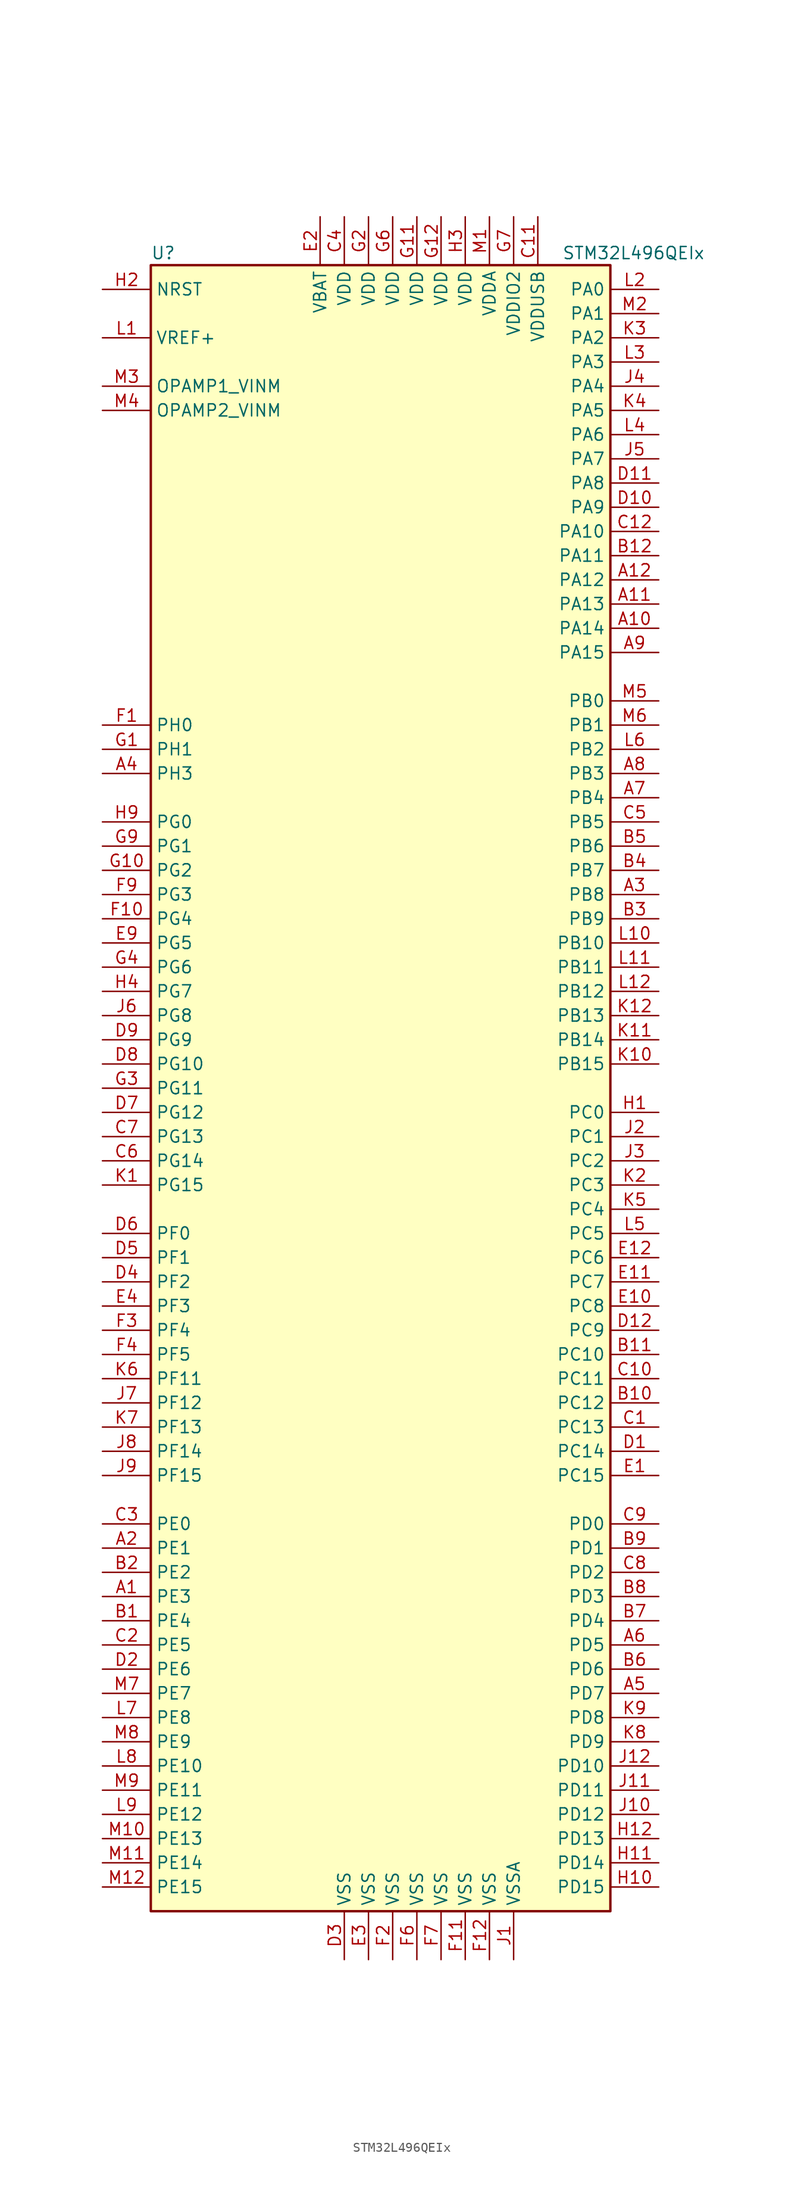
<source format=kicad_sym>
(kicad_symbol_lib
  (version 20201005)
  (generator kicad_symbol_editor)
  (symbol "STM32L496QEIx"
    (property "Reference" "U"
      (at -25.4 87.63 0)
      (effects (font (size 1.27 1.27)) (justify left)))
    (property "Value" "STM32L496QEIx"
      (at 17.78 87.63 0)
      (effects (font (size 1.27 1.27)) (justify left)))
    (symbol "STM32L496QEIx_0_1"
      (rectangle (start -25.4 -86.36) (end 22.86 86.36) (stroke (width 0.254)) (fill (type background))))
    (symbol "STM32L496QEIx_1_1"
      (pin bidirectional line (at -30.48 -53.34 0) (length 5.08) (name "PE3" (effects (font (size 1.27 1.27)))) (number "A1" (effects (font (size 1.27 1.27)))))
      (pin bidirectional line (at 27.94 48.26 180) (length 5.08) (name "PA14" (effects (font (size 1.27 1.27)))) (number "A10" (effects (font (size 1.27 1.27)))))
      (pin bidirectional line (at 27.94 50.8 180) (length 5.08) (name "PA13" (effects (font (size 1.27 1.27)))) (number "A11" (effects (font (size 1.27 1.27)))))
      (pin bidirectional line (at 27.94 53.34 180) (length 5.08) (name "PA12" (effects (font (size 1.27 1.27)))) (number "A12" (effects (font (size 1.27 1.27)))))
      (pin bidirectional line (at -30.48 -48.26 0) (length 5.08) (name "PE1" (effects (font (size 1.27 1.27)))) (number "A2" (effects (font (size 1.27 1.27)))))
      (pin bidirectional line (at 27.94 20.32 180) (length 5.08) (name "PB8" (effects (font (size 1.27 1.27)))) (number "A3" (effects (font (size 1.27 1.27)))))
      (pin bidirectional line (at -30.48 33.02 0) (length 5.08) (name "PH3" (effects (font (size 1.27 1.27)))) (number "A4" (effects (font (size 1.27 1.27)))))
      (pin bidirectional line (at 27.94 -63.5 180) (length 5.08) (name "PD7" (effects (font (size 1.27 1.27)))) (number "A5" (effects (font (size 1.27 1.27)))))
      (pin bidirectional line (at 27.94 -58.42 180) (length 5.08) (name "PD5" (effects (font (size 1.27 1.27)))) (number "A6" (effects (font (size 1.27 1.27)))))
      (pin bidirectional line (at 27.94 30.48 180) (length 5.08) (name "PB4" (effects (font (size 1.27 1.27)))) (number "A7" (effects (font (size 1.27 1.27)))))
      (pin bidirectional line (at 27.94 33.02 180) (length 5.08) (name "PB3" (effects (font (size 1.27 1.27)))) (number "A8" (effects (font (size 1.27 1.27)))))
      (pin bidirectional line (at 27.94 45.72 180) (length 5.08) (name "PA15" (effects (font (size 1.27 1.27)))) (number "A9" (effects (font (size 1.27 1.27)))))
      (pin bidirectional line (at -30.48 -55.88 0) (length 5.08) (name "PE4" (effects (font (size 1.27 1.27)))) (number "B1" (effects (font (size 1.27 1.27)))))
      (pin bidirectional line (at 27.94 -33.02 180) (length 5.08) (name "PC12" (effects (font (size 1.27 1.27)))) (number "B10" (effects (font (size 1.27 1.27)))))
      (pin bidirectional line (at 27.94 -27.94 180) (length 5.08) (name "PC10" (effects (font (size 1.27 1.27)))) (number "B11" (effects (font (size 1.27 1.27)))))
      (pin bidirectional line (at 27.94 55.88 180) (length 5.08) (name "PA11" (effects (font (size 1.27 1.27)))) (number "B12" (effects (font (size 1.27 1.27)))))
      (pin bidirectional line (at -30.48 -50.8 0) (length 5.08) (name "PE2" (effects (font (size 1.27 1.27)))) (number "B2" (effects (font (size 1.27 1.27)))))
      (pin bidirectional line (at 27.94 17.78 180) (length 5.08) (name "PB9" (effects (font (size 1.27 1.27)))) (number "B3" (effects (font (size 1.27 1.27)))))
      (pin bidirectional line (at 27.94 22.86 180) (length 5.08) (name "PB7" (effects (font (size 1.27 1.27)))) (number "B4" (effects (font (size 1.27 1.27)))))
      (pin bidirectional line (at 27.94 25.4 180) (length 5.08) (name "PB6" (effects (font (size 1.27 1.27)))) (number "B5" (effects (font (size 1.27 1.27)))))
      (pin bidirectional line (at 27.94 -60.96 180) (length 5.08) (name "PD6" (effects (font (size 1.27 1.27)))) (number "B6" (effects (font (size 1.27 1.27)))))
      (pin bidirectional line (at 27.94 -55.88 180) (length 5.08) (name "PD4" (effects (font (size 1.27 1.27)))) (number "B7" (effects (font (size 1.27 1.27)))))
      (pin bidirectional line (at 27.94 -53.34 180) (length 5.08) (name "PD3" (effects (font (size 1.27 1.27)))) (number "B8" (effects (font (size 1.27 1.27)))))
      (pin bidirectional line (at 27.94 -48.26 180) (length 5.08) (name "PD1" (effects (font (size 1.27 1.27)))) (number "B9" (effects (font (size 1.27 1.27)))))
      (pin bidirectional line (at 27.94 -35.56 180) (length 5.08) (name "PC13" (effects (font (size 1.27 1.27)))) (number "C1" (effects (font (size 1.27 1.27)))))
      (pin bidirectional line (at 27.94 -30.48 180) (length 5.08) (name "PC11" (effects (font (size 1.27 1.27)))) (number "C10" (effects (font (size 1.27 1.27)))))
      (pin power_in line (at 15.24 91.44 270) (length 5.08) (name "VDDUSB" (effects (font (size 1.27 1.27)))) (number "C11" (effects (font (size 1.27 1.27)))))
      (pin bidirectional line (at 27.94 58.42 180) (length 5.08) (name "PA10" (effects (font (size 1.27 1.27)))) (number "C12" (effects (font (size 1.27 1.27)))))
      (pin bidirectional line (at -30.48 -58.42 0) (length 5.08) (name "PE5" (effects (font (size 1.27 1.27)))) (number "C2" (effects (font (size 1.27 1.27)))))
      (pin bidirectional line (at -30.48 -45.72 0) (length 5.08) (name "PE0" (effects (font (size 1.27 1.27)))) (number "C3" (effects (font (size 1.27 1.27)))))
      (pin power_in line (at -5.08 91.44 270) (length 5.08) (name "VDD" (effects (font (size 1.27 1.27)))) (number "C4" (effects (font (size 1.27 1.27)))))
      (pin bidirectional line (at 27.94 27.94 180) (length 5.08) (name "PB5" (effects (font (size 1.27 1.27)))) (number "C5" (effects (font (size 1.27 1.27)))))
      (pin bidirectional line (at -30.48 -7.62 0) (length 5.08) (name "PG14" (effects (font (size 1.27 1.27)))) (number "C6" (effects (font (size 1.27 1.27)))))
      (pin bidirectional line (at -30.48 -5.08 0) (length 5.08) (name "PG13" (effects (font (size 1.27 1.27)))) (number "C7" (effects (font (size 1.27 1.27)))))
      (pin bidirectional line (at 27.94 -50.8 180) (length 5.08) (name "PD2" (effects (font (size 1.27 1.27)))) (number "C8" (effects (font (size 1.27 1.27)))))
      (pin bidirectional line (at 27.94 -45.72 180) (length 5.08) (name "PD0" (effects (font (size 1.27 1.27)))) (number "C9" (effects (font (size 1.27 1.27)))))
      (pin bidirectional line (at 27.94 -38.1 180) (length 5.08) (name "PC14" (effects (font (size 1.27 1.27)))) (number "D1" (effects (font (size 1.27 1.27)))))
      (pin bidirectional line (at 27.94 60.96 180) (length 5.08) (name "PA9" (effects (font (size 1.27 1.27)))) (number "D10" (effects (font (size 1.27 1.27)))))
      (pin bidirectional line (at 27.94 63.5 180) (length 5.08) (name "PA8" (effects (font (size 1.27 1.27)))) (number "D11" (effects (font (size 1.27 1.27)))))
      (pin bidirectional line (at 27.94 -25.4 180) (length 5.08) (name "PC9" (effects (font (size 1.27 1.27)))) (number "D12" (effects (font (size 1.27 1.27)))))
      (pin bidirectional line (at -30.48 -60.96 0) (length 5.08) (name "PE6" (effects (font (size 1.27 1.27)))) (number "D2" (effects (font (size 1.27 1.27)))))
      (pin power_in line (at -5.08 -91.44 90) (length 5.08) (name "VSS" (effects (font (size 1.27 1.27)))) (number "D3" (effects (font (size 1.27 1.27)))))
      (pin bidirectional line (at -30.48 -20.32 0) (length 5.08) (name "PF2" (effects (font (size 1.27 1.27)))) (number "D4" (effects (font (size 1.27 1.27)))))
      (pin bidirectional line (at -30.48 -17.78 0) (length 5.08) (name "PF1" (effects (font (size 1.27 1.27)))) (number "D5" (effects (font (size 1.27 1.27)))))
      (pin bidirectional line (at -30.48 -15.24 0) (length 5.08) (name "PF0" (effects (font (size 1.27 1.27)))) (number "D6" (effects (font (size 1.27 1.27)))))
      (pin bidirectional line (at -30.48 -2.54 0) (length 5.08) (name "PG12" (effects (font (size 1.27 1.27)))) (number "D7" (effects (font (size 1.27 1.27)))))
      (pin bidirectional line (at -30.48 2.54 0) (length 5.08) (name "PG10" (effects (font (size 1.27 1.27)))) (number "D8" (effects (font (size 1.27 1.27)))))
      (pin bidirectional line (at -30.48 5.08 0) (length 5.08) (name "PG9" (effects (font (size 1.27 1.27)))) (number "D9" (effects (font (size 1.27 1.27)))))
      (pin bidirectional line (at 27.94 -40.64 180) (length 5.08) (name "PC15" (effects (font (size 1.27 1.27)))) (number "E1" (effects (font (size 1.27 1.27)))))
      (pin bidirectional line (at 27.94 -22.86 180) (length 5.08) (name "PC8" (effects (font (size 1.27 1.27)))) (number "E10" (effects (font (size 1.27 1.27)))))
      (pin bidirectional line (at 27.94 -20.32 180) (length 5.08) (name "PC7" (effects (font (size 1.27 1.27)))) (number "E11" (effects (font (size 1.27 1.27)))))
      (pin bidirectional line (at 27.94 -17.78 180) (length 5.08) (name "PC6" (effects (font (size 1.27 1.27)))) (number "E12" (effects (font (size 1.27 1.27)))))
      (pin power_in line (at -7.62 91.44 270) (length 5.08) (name "VBAT" (effects (font (size 1.27 1.27)))) (number "E2" (effects (font (size 1.27 1.27)))))
      (pin power_in line (at -2.54 -91.44 90) (length 5.08) (name "VSS" (effects (font (size 1.27 1.27)))) (number "E3" (effects (font (size 1.27 1.27)))))
      (pin bidirectional line (at -30.48 -22.86 0) (length 5.08) (name "PF3" (effects (font (size 1.27 1.27)))) (number "E4" (effects (font (size 1.27 1.27)))))
      (pin bidirectional line (at -30.48 15.24 0) (length 5.08) (name "PG5" (effects (font (size 1.27 1.27)))) (number "E9" (effects (font (size 1.27 1.27)))))
      (pin input line (at -30.48 38.1 0) (length 5.08) (name "PH0" (effects (font (size 1.27 1.27)))) (number "F1" (effects (font (size 1.27 1.27)))))
      (pin bidirectional line (at -30.48 17.78 0) (length 5.08) (name "PG4" (effects (font (size 1.27 1.27)))) (number "F10" (effects (font (size 1.27 1.27)))))
      (pin power_in line (at 7.62 -91.44 90) (length 5.08) (name "VSS" (effects (font (size 1.27 1.27)))) (number "F11" (effects (font (size 1.27 1.27)))))
      (pin power_in line (at 10.16 -91.44 90) (length 5.08) (name "VSS" (effects (font (size 1.27 1.27)))) (number "F12" (effects (font (size 1.27 1.27)))))
      (pin power_in line (at 0 -91.44 90) (length 5.08) (name "VSS" (effects (font (size 1.27 1.27)))) (number "F2" (effects (font (size 1.27 1.27)))))
      (pin bidirectional line (at -30.48 -25.4 0) (length 5.08) (name "PF4" (effects (font (size 1.27 1.27)))) (number "F3" (effects (font (size 1.27 1.27)))))
      (pin bidirectional line (at -30.48 -27.94 0) (length 5.08) (name "PF5" (effects (font (size 1.27 1.27)))) (number "F4" (effects (font (size 1.27 1.27)))))
      (pin power_in line (at 2.54 -91.44 90) (length 5.08) (name "VSS" (effects (font (size 1.27 1.27)))) (number "F6" (effects (font (size 1.27 1.27)))))
      (pin power_in line (at 5.08 -91.44 90) (length 5.08) (name "VSS" (effects (font (size 1.27 1.27)))) (number "F7" (effects (font (size 1.27 1.27)))))
      (pin bidirectional line (at -30.48 20.32 0) (length 5.08) (name "PG3" (effects (font (size 1.27 1.27)))) (number "F9" (effects (font (size 1.27 1.27)))))
      (pin input line (at -30.48 35.56 0) (length 5.08) (name "PH1" (effects (font (size 1.27 1.27)))) (number "G1" (effects (font (size 1.27 1.27)))))
      (pin bidirectional line (at -30.48 22.86 0) (length 5.08) (name "PG2" (effects (font (size 1.27 1.27)))) (number "G10" (effects (font (size 1.27 1.27)))))
      (pin power_in line (at 2.54 91.44 270) (length 5.08) (name "VDD" (effects (font (size 1.27 1.27)))) (number "G11" (effects (font (size 1.27 1.27)))))
      (pin power_in line (at 5.08 91.44 270) (length 5.08) (name "VDD" (effects (font (size 1.27 1.27)))) (number "G12" (effects (font (size 1.27 1.27)))))
      (pin power_in line (at -2.54 91.44 270) (length 5.08) (name "VDD" (effects (font (size 1.27 1.27)))) (number "G2" (effects (font (size 1.27 1.27)))))
      (pin bidirectional line (at -30.48 0 0) (length 5.08) (name "PG11" (effects (font (size 1.27 1.27)))) (number "G3" (effects (font (size 1.27 1.27)))))
      (pin bidirectional line (at -30.48 12.7 0) (length 5.08) (name "PG6" (effects (font (size 1.27 1.27)))) (number "G4" (effects (font (size 1.27 1.27)))))
      (pin power_in line (at 0 91.44 270) (length 5.08) (name "VDD" (effects (font (size 1.27 1.27)))) (number "G6" (effects (font (size 1.27 1.27)))))
      (pin power_in line (at 12.7 91.44 270) (length 5.08) (name "VDDIO2" (effects (font (size 1.27 1.27)))) (number "G7" (effects (font (size 1.27 1.27)))))
      (pin bidirectional line (at -30.48 25.4 0) (length 5.08) (name "PG1" (effects (font (size 1.27 1.27)))) (number "G9" (effects (font (size 1.27 1.27)))))
      (pin bidirectional line (at 27.94 -2.54 180) (length 5.08) (name "PC0" (effects (font (size 1.27 1.27)))) (number "H1" (effects (font (size 1.27 1.27)))))
      (pin bidirectional line (at 27.94 -83.82 180) (length 5.08) (name "PD15" (effects (font (size 1.27 1.27)))) (number "H10" (effects (font (size 1.27 1.27)))))
      (pin bidirectional line (at 27.94 -81.28 180) (length 5.08) (name "PD14" (effects (font (size 1.27 1.27)))) (number "H11" (effects (font (size 1.27 1.27)))))
      (pin bidirectional line (at 27.94 -78.74 180) (length 5.08) (name "PD13" (effects (font (size 1.27 1.27)))) (number "H12" (effects (font (size 1.27 1.27)))))
      (pin input line (at -30.48 83.82 0) (length 5.08) (name "NRST" (effects (font (size 1.27 1.27)))) (number "H2" (effects (font (size 1.27 1.27)))))
      (pin power_in line (at 7.62 91.44 270) (length 5.08) (name "VDD" (effects (font (size 1.27 1.27)))) (number "H3" (effects (font (size 1.27 1.27)))))
      (pin bidirectional line (at -30.48 10.16 0) (length 5.08) (name "PG7" (effects (font (size 1.27 1.27)))) (number "H4" (effects (font (size 1.27 1.27)))))
      (pin bidirectional line (at -30.48 27.94 0) (length 5.08) (name "PG0" (effects (font (size 1.27 1.27)))) (number "H9" (effects (font (size 1.27 1.27)))))
      (pin power_in line (at 12.7 -91.44 90) (length 5.08) (name "VSSA" (effects (font (size 1.27 1.27)))) (number "J1" (effects (font (size 1.27 1.27)))))
      (pin bidirectional line (at 27.94 -76.2 180) (length 5.08) (name "PD12" (effects (font (size 1.27 1.27)))) (number "J10" (effects (font (size 1.27 1.27)))))
      (pin bidirectional line (at 27.94 -73.66 180) (length 5.08) (name "PD11" (effects (font (size 1.27 1.27)))) (number "J11" (effects (font (size 1.27 1.27)))))
      (pin bidirectional line (at 27.94 -71.12 180) (length 5.08) (name "PD10" (effects (font (size 1.27 1.27)))) (number "J12" (effects (font (size 1.27 1.27)))))
      (pin bidirectional line (at 27.94 -5.08 180) (length 5.08) (name "PC1" (effects (font (size 1.27 1.27)))) (number "J2" (effects (font (size 1.27 1.27)))))
      (pin bidirectional line (at 27.94 -7.62 180) (length 5.08) (name "PC2" (effects (font (size 1.27 1.27)))) (number "J3" (effects (font (size 1.27 1.27)))))
      (pin bidirectional line (at 27.94 73.66 180) (length 5.08) (name "PA4" (effects (font (size 1.27 1.27)))) (number "J4" (effects (font (size 1.27 1.27)))))
      (pin bidirectional line (at 27.94 66.04 180) (length 5.08) (name "PA7" (effects (font (size 1.27 1.27)))) (number "J5" (effects (font (size 1.27 1.27)))))
      (pin bidirectional line (at -30.48 7.62 0) (length 5.08) (name "PG8" (effects (font (size 1.27 1.27)))) (number "J6" (effects (font (size 1.27 1.27)))))
      (pin bidirectional line (at -30.48 -33.02 0) (length 5.08) (name "PF12" (effects (font (size 1.27 1.27)))) (number "J7" (effects (font (size 1.27 1.27)))))
      (pin bidirectional line (at -30.48 -38.1 0) (length 5.08) (name "PF14" (effects (font (size 1.27 1.27)))) (number "J8" (effects (font (size 1.27 1.27)))))
      (pin bidirectional line (at -30.48 -40.64 0) (length 5.08) (name "PF15" (effects (font (size 1.27 1.27)))) (number "J9" (effects (font (size 1.27 1.27)))))
      (pin bidirectional line (at -30.48 -10.16 0) (length 5.08) (name "PG15" (effects (font (size 1.27 1.27)))) (number "K1" (effects (font (size 1.27 1.27)))))
      (pin bidirectional line (at 27.94 2.54 180) (length 5.08) (name "PB15" (effects (font (size 1.27 1.27)))) (number "K10" (effects (font (size 1.27 1.27)))))
      (pin bidirectional line (at 27.94 5.08 180) (length 5.08) (name "PB14" (effects (font (size 1.27 1.27)))) (number "K11" (effects (font (size 1.27 1.27)))))
      (pin bidirectional line (at 27.94 7.62 180) (length 5.08) (name "PB13" (effects (font (size 1.27 1.27)))) (number "K12" (effects (font (size 1.27 1.27)))))
      (pin bidirectional line (at 27.94 -10.16 180) (length 5.08) (name "PC3" (effects (font (size 1.27 1.27)))) (number "K2" (effects (font (size 1.27 1.27)))))
      (pin bidirectional line (at 27.94 78.74 180) (length 5.08) (name "PA2" (effects (font (size 1.27 1.27)))) (number "K3" (effects (font (size 1.27 1.27)))))
      (pin bidirectional line (at 27.94 71.12 180) (length 5.08) (name "PA5" (effects (font (size 1.27 1.27)))) (number "K4" (effects (font (size 1.27 1.27)))))
      (pin bidirectional line (at 27.94 -12.7 180) (length 5.08) (name "PC4" (effects (font (size 1.27 1.27)))) (number "K5" (effects (font (size 1.27 1.27)))))
      (pin bidirectional line (at -30.48 -30.48 0) (length 5.08) (name "PF11" (effects (font (size 1.27 1.27)))) (number "K6" (effects (font (size 1.27 1.27)))))
      (pin bidirectional line (at -30.48 -35.56 0) (length 5.08) (name "PF13" (effects (font (size 1.27 1.27)))) (number "K7" (effects (font (size 1.27 1.27)))))
      (pin bidirectional line (at 27.94 -68.58 180) (length 5.08) (name "PD9" (effects (font (size 1.27 1.27)))) (number "K8" (effects (font (size 1.27 1.27)))))
      (pin bidirectional line (at 27.94 -66.04 180) (length 5.08) (name "PD8" (effects (font (size 1.27 1.27)))) (number "K9" (effects (font (size 1.27 1.27)))))
      (pin bidirectional line (at -30.48 78.74 0) (length 5.08) (name "VREF+" (effects (font (size 1.27 1.27)))) (number "L1" (effects (font (size 1.27 1.27)))))
      (pin bidirectional line (at 27.94 15.24 180) (length 5.08) (name "PB10" (effects (font (size 1.27 1.27)))) (number "L10" (effects (font (size 1.27 1.27)))))
      (pin bidirectional line (at 27.94 12.7 180) (length 5.08) (name "PB11" (effects (font (size 1.27 1.27)))) (number "L11" (effects (font (size 1.27 1.27)))))
      (pin bidirectional line (at 27.94 10.16 180) (length 5.08) (name "PB12" (effects (font (size 1.27 1.27)))) (number "L12" (effects (font (size 1.27 1.27)))))
      (pin bidirectional line (at 27.94 83.82 180) (length 5.08) (name "PA0" (effects (font (size 1.27 1.27)))) (number "L2" (effects (font (size 1.27 1.27)))))
      (pin bidirectional line (at 27.94 76.2 180) (length 5.08) (name "PA3" (effects (font (size 1.27 1.27)))) (number "L3" (effects (font (size 1.27 1.27)))))
      (pin bidirectional line (at 27.94 68.58 180) (length 5.08) (name "PA6" (effects (font (size 1.27 1.27)))) (number "L4" (effects (font (size 1.27 1.27)))))
      (pin bidirectional line (at 27.94 -15.24 180) (length 5.08) (name "PC5" (effects (font (size 1.27 1.27)))) (number "L5" (effects (font (size 1.27 1.27)))))
      (pin bidirectional line (at 27.94 35.56 180) (length 5.08) (name "PB2" (effects (font (size 1.27 1.27)))) (number "L6" (effects (font (size 1.27 1.27)))))
      (pin bidirectional line (at -30.48 -66.04 0) (length 5.08) (name "PE8" (effects (font (size 1.27 1.27)))) (number "L7" (effects (font (size 1.27 1.27)))))
      (pin bidirectional line (at -30.48 -71.12 0) (length 5.08) (name "PE10" (effects (font (size 1.27 1.27)))) (number "L8" (effects (font (size 1.27 1.27)))))
      (pin bidirectional line (at -30.48 -76.2 0) (length 5.08) (name "PE12" (effects (font (size 1.27 1.27)))) (number "L9" (effects (font (size 1.27 1.27)))))
      (pin power_in line (at 10.16 91.44 270) (length 5.08) (name "VDDA" (effects (font (size 1.27 1.27)))) (number "M1" (effects (font (size 1.27 1.27)))))
      (pin bidirectional line (at -30.48 -78.74 0) (length 5.08) (name "PE13" (effects (font (size 1.27 1.27)))) (number "M10" (effects (font (size 1.27 1.27)))))
      (pin bidirectional line (at -30.48 -81.28 0) (length 5.08) (name "PE14" (effects (font (size 1.27 1.27)))) (number "M11" (effects (font (size 1.27 1.27)))))
      (pin bidirectional line (at -30.48 -83.82 0) (length 5.08) (name "PE15" (effects (font (size 1.27 1.27)))) (number "M12" (effects (font (size 1.27 1.27)))))
      (pin bidirectional line (at 27.94 81.28 180) (length 5.08) (name "PA1" (effects (font (size 1.27 1.27)))) (number "M2" (effects (font (size 1.27 1.27)))))
      (pin bidirectional line (at -30.48 73.66 0) (length 5.08) (name "OPAMP1_VINM" (effects (font (size 1.27 1.27)))) (number "M3" (effects (font (size 1.27 1.27)))))
      (pin bidirectional line (at -30.48 71.12 0) (length 5.08) (name "OPAMP2_VINM" (effects (font (size 1.27 1.27)))) (number "M4" (effects (font (size 1.27 1.27)))))
      (pin bidirectional line (at 27.94 40.64 180) (length 5.08) (name "PB0" (effects (font (size 1.27 1.27)))) (number "M5" (effects (font (size 1.27 1.27)))))
      (pin bidirectional line (at 27.94 38.1 180) (length 5.08) (name "PB1" (effects (font (size 1.27 1.27)))) (number "M6" (effects (font (size 1.27 1.27)))))
      (pin bidirectional line (at -30.48 -63.5 0) (length 5.08) (name "PE7" (effects (font (size 1.27 1.27)))) (number "M7" (effects (font (size 1.27 1.27)))))
      (pin bidirectional line (at -30.48 -68.58 0) (length 5.08) (name "PE9" (effects (font (size 1.27 1.27)))) (number "M8" (effects (font (size 1.27 1.27)))))
      (pin bidirectional line (at -30.48 -73.66 0) (length 5.08) (name "PE11" (effects (font (size 1.27 1.27)))) (number "M9" (effects (font (size 1.27 1.27))))))))
</source>
